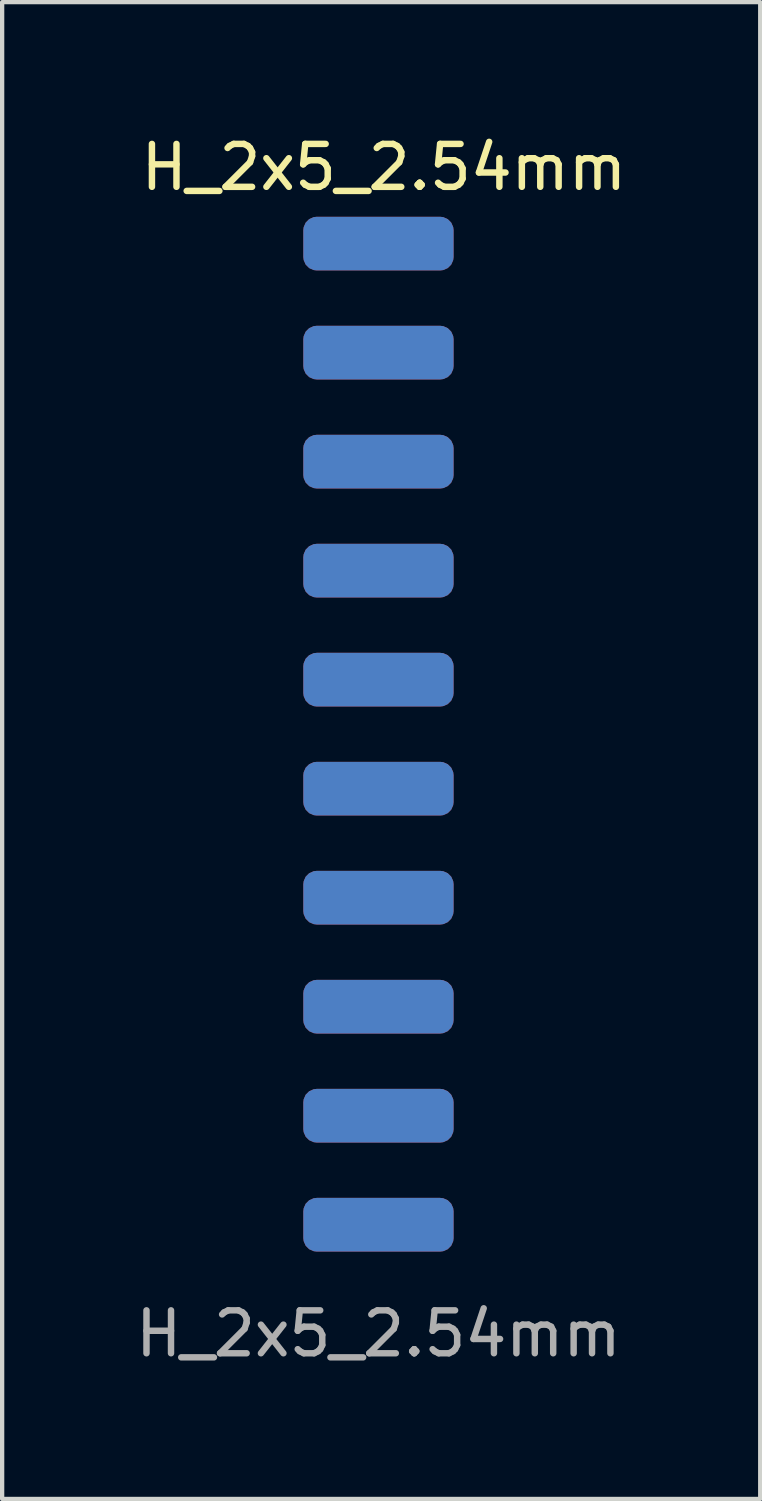
<source format=kicad_pcb>
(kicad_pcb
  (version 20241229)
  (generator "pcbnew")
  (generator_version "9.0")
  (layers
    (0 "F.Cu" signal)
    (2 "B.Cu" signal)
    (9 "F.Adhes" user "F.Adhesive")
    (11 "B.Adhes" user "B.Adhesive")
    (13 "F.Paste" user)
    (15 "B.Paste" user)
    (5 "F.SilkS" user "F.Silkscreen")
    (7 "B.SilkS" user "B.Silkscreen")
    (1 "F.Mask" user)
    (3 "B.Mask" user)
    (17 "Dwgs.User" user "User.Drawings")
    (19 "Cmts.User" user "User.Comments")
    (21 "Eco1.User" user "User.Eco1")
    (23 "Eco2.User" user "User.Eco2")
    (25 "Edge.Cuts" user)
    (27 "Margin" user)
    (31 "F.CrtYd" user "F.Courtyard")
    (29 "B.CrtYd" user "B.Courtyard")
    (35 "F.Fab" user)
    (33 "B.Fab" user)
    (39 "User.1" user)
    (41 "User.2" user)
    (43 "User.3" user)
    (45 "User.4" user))
  (footprint "H_2x5_2.54mm"
    (layer "F.Cu")
    (at 5.768 14.056)
    (property "Reference" "H_2x5_2.54mm" (at 0.127 -13.208 0) (unlocked yes) (layer "F.SilkS") (effects (font (size 1 1) (thickness 0.15))))
    (attr smd)
    (fp_text user "${REFERENCE}" (at 0 13.97 0) (unlocked yes) (layer "F.Fab") (effects (font (size 1 1) (thickness 0.15))))
    (pad "1" smd roundrect (at 0 -11.43) (size 3.5 1.25) (layers "F.Cu" "F.Mask" "F.Paste") (roundrect_rratio 0.25))
    (pad "2" smd roundrect (at 0 -11.43) (size 3.5 1.25) (layers "B.Cu" "B.Mask" "B.Paste") (roundrect_rratio 0.25))
    (pad "3" smd roundrect (at 0 -8.89) (size 3.5 1.25) (layers "F.Cu" "F.Mask" "F.Paste") (roundrect_rratio 0.25))
    (pad "4" smd roundrect (at 0 -8.89) (size 3.5 1.25) (layers "B.Cu" "B.Mask" "B.Paste") (roundrect_rratio 0.25))
    (pad "5" smd roundrect (at 0 -6.35) (size 3.5 1.25) (layers "F.Cu" "F.Mask" "F.Paste") (roundrect_rratio 0.25))
    (pad "6" smd roundrect (at 0 -6.35) (size 3.5 1.25) (layers "B.Cu" "B.Mask" "B.Paste") (roundrect_rratio 0.25))
    (pad "7" smd roundrect (at 0 -3.81) (size 3.5 1.25) (layers "F.Cu" "F.Mask" "F.Paste") (roundrect_rratio 0.25))
    (pad "8" smd roundrect (at 0 -3.81) (size 3.5 1.25) (layers "B.Cu" "B.Mask" "B.Paste") (roundrect_rratio 0.25))
    (pad "9" smd roundrect (at 0 -1.27) (size 3.5 1.25) (layers "F.Cu" "F.Mask" "F.Paste") (roundrect_rratio 0.25))
    (pad "10" smd roundrect (at 0 -1.27) (size 3.5 1.25) (layers "B.Cu" "B.Mask" "B.Paste") (roundrect_rratio 0.25))
    (pad "11" smd roundrect (at 0 1.27) (size 3.5 1.25) (layers "F.Cu" "F.Mask" "F.Paste") (roundrect_rratio 0.25))
    (pad "12" smd roundrect (at 0 1.27) (size 3.5 1.25) (layers "B.Cu" "B.Mask" "B.Paste") (roundrect_rratio 0.25))
    (pad "13" smd roundrect (at 0 3.81) (size 3.5 1.25) (layers "F.Cu" "F.Mask" "F.Paste") (roundrect_rratio 0.25))
    (pad "14" smd roundrect (at 0 3.81) (size 3.5 1.25) (layers "B.Cu" "B.Mask" "B.Paste") (roundrect_rratio 0.25))
    (pad "15" smd roundrect (at 0 6.35) (size 3.5 1.25) (layers "F.Cu" "F.Mask" "F.Paste") (roundrect_rratio 0.25))
    (pad "16" smd roundrect (at 0 6.35) (size 3.5 1.25) (layers "B.Cu" "B.Mask" "B.Paste") (roundrect_rratio 0.25))
    (pad "17" smd roundrect (at 0 8.89) (size 3.5 1.25) (layers "F.Cu" "F.Mask" "F.Paste") (roundrect_rratio 0.25))
    (pad "18" smd roundrect (at 0 8.89) (size 3.5 1.25) (layers "B.Cu" "B.Mask" "B.Paste") (roundrect_rratio 0.25))
    (pad "19" smd roundrect (at 0 11.43) (size 3.5 1.25) (layers "F.Cu" "F.Mask" "F.Paste") (roundrect_rratio 0.25))
    (pad "20" smd roundrect (at 0 11.43) (size 3.5 1.25) (layers "B.Cu" "B.Mask" "B.Paste") (roundrect_rratio 0.25)))
  (gr_rect
    (start -3 -3)
    (end 14.663 31.875)
    (stroke (width 0.1) (type default))
    (fill no)
    (layer "Edge.Cuts")))
</source>
